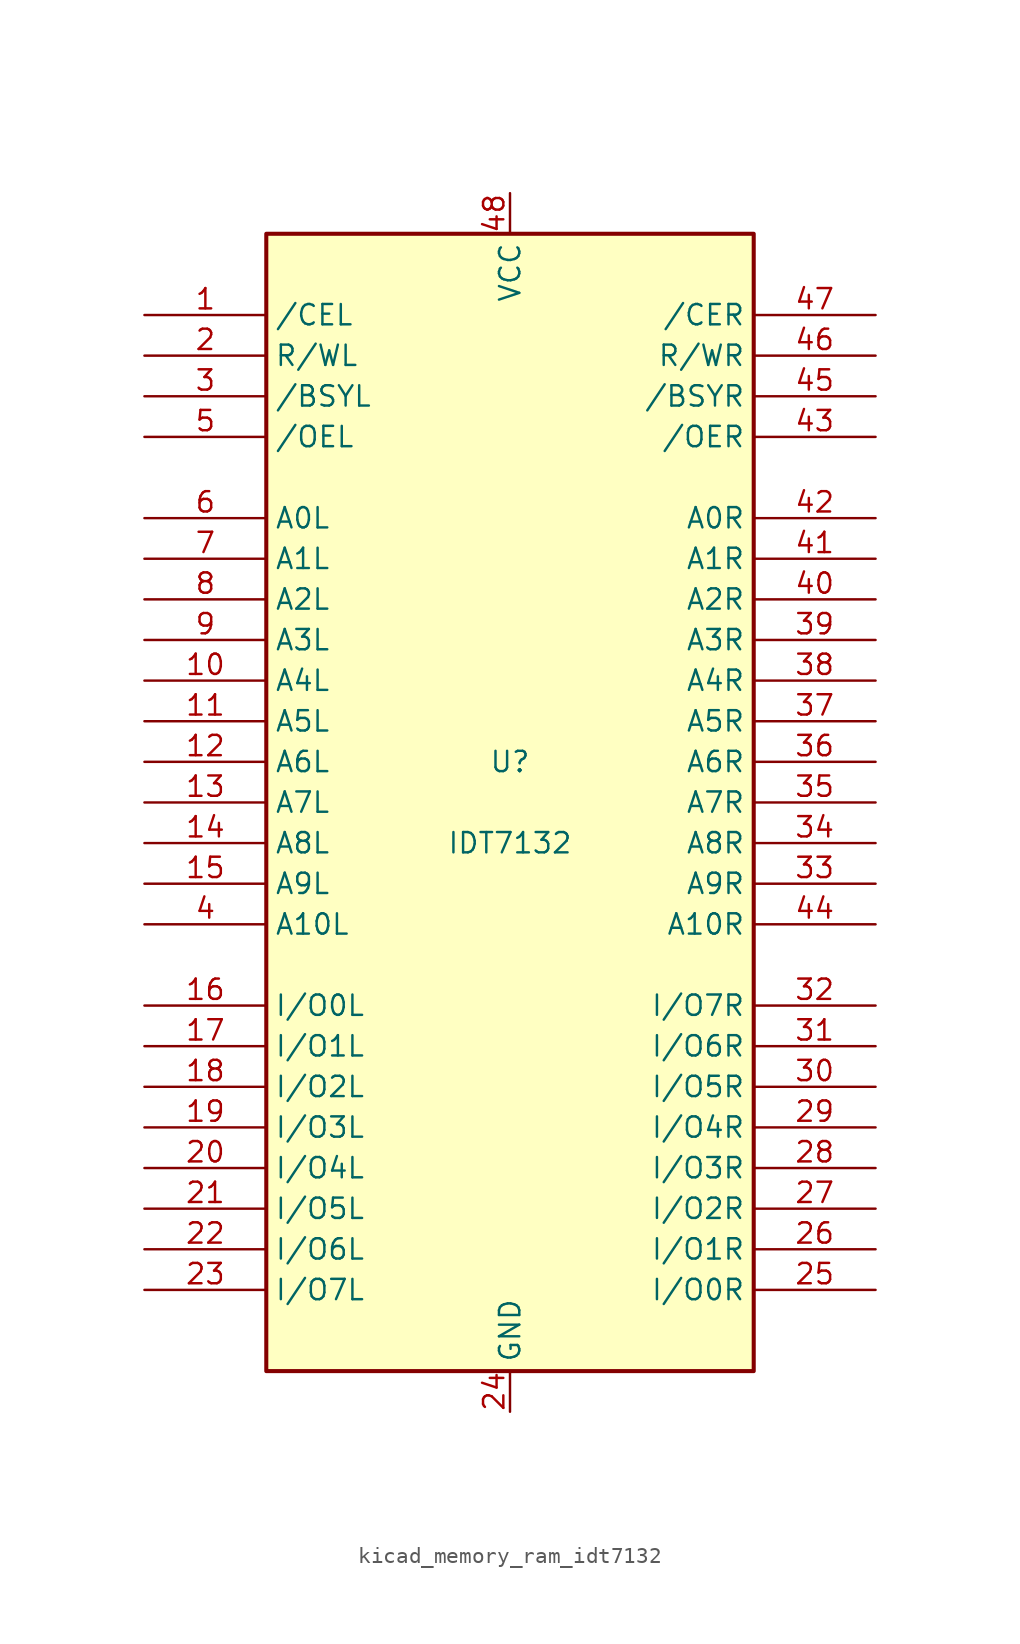
<source format=kicad_sym>
(kicad_symbol_lib
  (version 20220914)
  (generator kicad_symbol_editor)
  (symbol "kicad_memory_ram_idt7132"
    (property "Reference" "U"
      (at 0 2.54 0)
      (effects (font (size 1.27 1.27))))
    (property "Value" "IDT7132"
      (at 0 -2.54 0)
      (effects (font (size 1.27 1.27))))
    (symbol "kicad_memory_ram_idt7132_0_1"
      (rectangle (start -15.24 -35.56) (end 15.24 35.56) (stroke (width 0.254) (type default)) (fill (type background))))
    (symbol "kicad_memory_ram_idt7132_1_1"
      (pin input line (at -22.86 30.48 0) (length 7.62) (name "/CEL" (effects (font (size 1.27 1.27)))) (number "1" (effects (font (size 1.27 1.27)))))
      (pin input line (at -22.86 7.62 0) (length 7.62) (name "A4L" (effects (font (size 1.27 1.27)))) (number "10" (effects (font (size 1.27 1.27)))))
      (pin input line (at -22.86 5.08 0) (length 7.62) (name "A5L" (effects (font (size 1.27 1.27)))) (number "11" (effects (font (size 1.27 1.27)))))
      (pin input line (at -22.86 2.54 0) (length 7.62) (name "A6L" (effects (font (size 1.27 1.27)))) (number "12" (effects (font (size 1.27 1.27)))))
      (pin input line (at -22.86 0 0) (length 7.62) (name "A7L" (effects (font (size 1.27 1.27)))) (number "13" (effects (font (size 1.27 1.27)))))
      (pin input line (at -22.86 -2.54 0) (length 7.62) (name "A8L" (effects (font (size 1.27 1.27)))) (number "14" (effects (font (size 1.27 1.27)))))
      (pin input line (at -22.86 -5.08 0) (length 7.62) (name "A9L" (effects (font (size 1.27 1.27)))) (number "15" (effects (font (size 1.27 1.27)))))
      (pin input line (at -22.86 -12.7 0) (length 7.62) (name "I/O0L" (effects (font (size 1.27 1.27)))) (number "16" (effects (font (size 1.27 1.27)))))
      (pin input line (at -22.86 -15.24 0) (length 7.62) (name "I/O1L" (effects (font (size 1.27 1.27)))) (number "17" (effects (font (size 1.27 1.27)))))
      (pin input line (at -22.86 -17.78 0) (length 7.62) (name "I/O2L" (effects (font (size 1.27 1.27)))) (number "18" (effects (font (size 1.27 1.27)))))
      (pin input line (at -22.86 -20.32 0) (length 7.62) (name "I/O3L" (effects (font (size 1.27 1.27)))) (number "19" (effects (font (size 1.27 1.27)))))
      (pin input line (at -22.86 27.94 0) (length 7.62) (name "R/WL" (effects (font (size 1.27 1.27)))) (number "2" (effects (font (size 1.27 1.27)))))
      (pin input line (at -22.86 -22.86 0) (length 7.62) (name "I/O4L" (effects (font (size 1.27 1.27)))) (number "20" (effects (font (size 1.27 1.27)))))
      (pin input line (at -22.86 -25.4 0) (length 7.62) (name "I/O5L" (effects (font (size 1.27 1.27)))) (number "21" (effects (font (size 1.27 1.27)))))
      (pin input line (at -22.86 -27.94 0) (length 7.62) (name "I/O6L" (effects (font (size 1.27 1.27)))) (number "22" (effects (font (size 1.27 1.27)))))
      (pin input line (at -22.86 -30.48 0) (length 7.62) (name "I/O7L" (effects (font (size 1.27 1.27)))) (number "23" (effects (font (size 1.27 1.27)))))
      (pin power_in line (at 0 -38.1 90) (length 2.54) (name "GND" (effects (font (size 1.27 1.27)))) (number "24" (effects (font (size 1.27 1.27)))))
      (pin input line (at 22.86 -30.48 180) (length 7.62) (name "I/O0R" (effects (font (size 1.27 1.27)))) (number "25" (effects (font (size 1.27 1.27)))))
      (pin input line (at 22.86 -27.94 180) (length 7.62) (name "I/O1R" (effects (font (size 1.27 1.27)))) (number "26" (effects (font (size 1.27 1.27)))))
      (pin input line (at 22.86 -25.4 180) (length 7.62) (name "I/O2R" (effects (font (size 1.27 1.27)))) (number "27" (effects (font (size 1.27 1.27)))))
      (pin input line (at 22.86 -22.86 180) (length 7.62) (name "I/O3R" (effects (font (size 1.27 1.27)))) (number "28" (effects (font (size 1.27 1.27)))))
      (pin input line (at 22.86 -20.32 180) (length 7.62) (name "I/O4R" (effects (font (size 1.27 1.27)))) (number "29" (effects (font (size 1.27 1.27)))))
      (pin output line (at -22.86 25.4 0) (length 7.62) (name "/BSYL" (effects (font (size 1.27 1.27)))) (number "3" (effects (font (size 1.27 1.27)))))
      (pin input line (at 22.86 -17.78 180) (length 7.62) (name "I/O5R" (effects (font (size 1.27 1.27)))) (number "30" (effects (font (size 1.27 1.27)))))
      (pin input line (at 22.86 -15.24 180) (length 7.62) (name "I/O6R" (effects (font (size 1.27 1.27)))) (number "31" (effects (font (size 1.27 1.27)))))
      (pin input line (at 22.86 -12.7 180) (length 7.62) (name "I/O7R" (effects (font (size 1.27 1.27)))) (number "32" (effects (font (size 1.27 1.27)))))
      (pin input line (at 22.86 -5.08 180) (length 7.62) (name "A9R" (effects (font (size 1.27 1.27)))) (number "33" (effects (font (size 1.27 1.27)))))
      (pin input line (at 22.86 -2.54 180) (length 7.62) (name "A8R" (effects (font (size 1.27 1.27)))) (number "34" (effects (font (size 1.27 1.27)))))
      (pin input line (at 22.86 0 180) (length 7.62) (name "A7R" (effects (font (size 1.27 1.27)))) (number "35" (effects (font (size 1.27 1.27)))))
      (pin input line (at 22.86 2.54 180) (length 7.62) (name "A6R" (effects (font (size 1.27 1.27)))) (number "36" (effects (font (size 1.27 1.27)))))
      (pin input line (at 22.86 5.08 180) (length 7.62) (name "A5R" (effects (font (size 1.27 1.27)))) (number "37" (effects (font (size 1.27 1.27)))))
      (pin input line (at 22.86 7.62 180) (length 7.62) (name "A4R" (effects (font (size 1.27 1.27)))) (number "38" (effects (font (size 1.27 1.27)))))
      (pin input line (at 22.86 10.16 180) (length 7.62) (name "A3R" (effects (font (size 1.27 1.27)))) (number "39" (effects (font (size 1.27 1.27)))))
      (pin input line (at -22.86 -7.62 0) (length 7.62) (name "A10L" (effects (font (size 1.27 1.27)))) (number "4" (effects (font (size 1.27 1.27)))))
      (pin input line (at 22.86 12.7 180) (length 7.62) (name "A2R" (effects (font (size 1.27 1.27)))) (number "40" (effects (font (size 1.27 1.27)))))
      (pin input line (at 22.86 15.24 180) (length 7.62) (name "A1R" (effects (font (size 1.27 1.27)))) (number "41" (effects (font (size 1.27 1.27)))))
      (pin input line (at 22.86 17.78 180) (length 7.62) (name "A0R" (effects (font (size 1.27 1.27)))) (number "42" (effects (font (size 1.27 1.27)))))
      (pin input line (at 22.86 22.86 180) (length 7.62) (name "/OER" (effects (font (size 1.27 1.27)))) (number "43" (effects (font (size 1.27 1.27)))))
      (pin input line (at 22.86 -7.62 180) (length 7.62) (name "A10R" (effects (font (size 1.27 1.27)))) (number "44" (effects (font (size 1.27 1.27)))))
      (pin output line (at 22.86 25.4 180) (length 7.62) (name "/BSYR" (effects (font (size 1.27 1.27)))) (number "45" (effects (font (size 1.27 1.27)))))
      (pin input line (at 22.86 27.94 180) (length 7.62) (name "R/WR" (effects (font (size 1.27 1.27)))) (number "46" (effects (font (size 1.27 1.27)))))
      (pin input line (at 22.86 30.48 180) (length 7.62) (name "/CER" (effects (font (size 1.27 1.27)))) (number "47" (effects (font (size 1.27 1.27)))))
      (pin power_in line (at 0 38.1 270) (length 2.54) (name "VCC" (effects (font (size 1.27 1.27)))) (number "48" (effects (font (size 1.27 1.27)))))
      (pin input line (at -22.86 22.86 0) (length 7.62) (name "/OEL" (effects (font (size 1.27 1.27)))) (number "5" (effects (font (size 1.27 1.27)))))
      (pin input line (at -22.86 17.78 0) (length 7.62) (name "A0L" (effects (font (size 1.27 1.27)))) (number "6" (effects (font (size 1.27 1.27)))))
      (pin input line (at -22.86 15.24 0) (length 7.62) (name "A1L" (effects (font (size 1.27 1.27)))) (number "7" (effects (font (size 1.27 1.27)))))
      (pin input line (at -22.86 12.7 0) (length 7.62) (name "A2L" (effects (font (size 1.27 1.27)))) (number "8" (effects (font (size 1.27 1.27)))))
      (pin input line (at -22.86 10.16 0) (length 7.62) (name "A3L" (effects (font (size 1.27 1.27)))) (number "9" (effects (font (size 1.27 1.27))))))))
</source>
